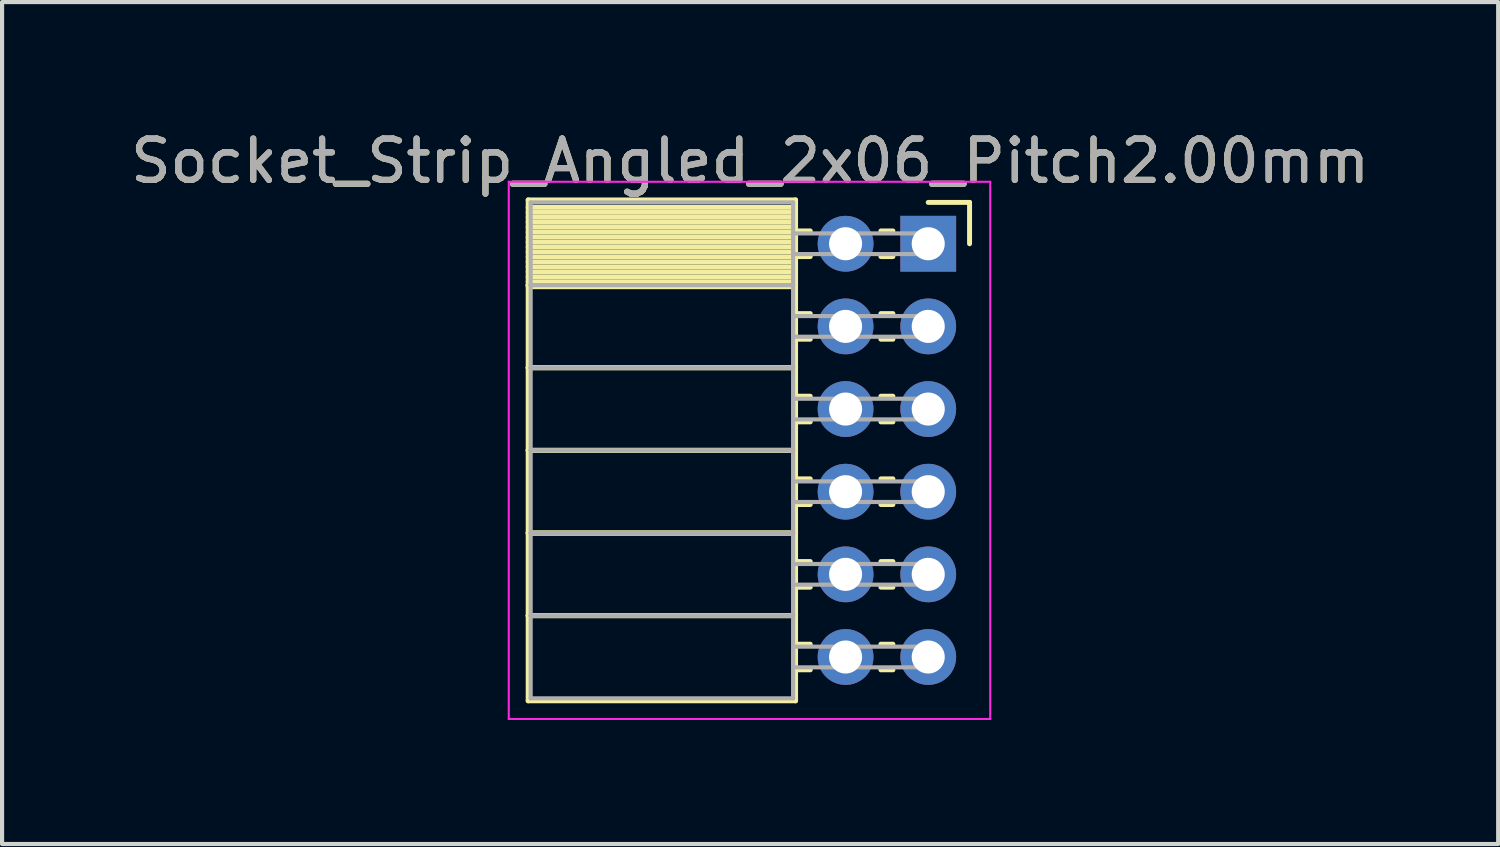
<source format=kicad_pcb>
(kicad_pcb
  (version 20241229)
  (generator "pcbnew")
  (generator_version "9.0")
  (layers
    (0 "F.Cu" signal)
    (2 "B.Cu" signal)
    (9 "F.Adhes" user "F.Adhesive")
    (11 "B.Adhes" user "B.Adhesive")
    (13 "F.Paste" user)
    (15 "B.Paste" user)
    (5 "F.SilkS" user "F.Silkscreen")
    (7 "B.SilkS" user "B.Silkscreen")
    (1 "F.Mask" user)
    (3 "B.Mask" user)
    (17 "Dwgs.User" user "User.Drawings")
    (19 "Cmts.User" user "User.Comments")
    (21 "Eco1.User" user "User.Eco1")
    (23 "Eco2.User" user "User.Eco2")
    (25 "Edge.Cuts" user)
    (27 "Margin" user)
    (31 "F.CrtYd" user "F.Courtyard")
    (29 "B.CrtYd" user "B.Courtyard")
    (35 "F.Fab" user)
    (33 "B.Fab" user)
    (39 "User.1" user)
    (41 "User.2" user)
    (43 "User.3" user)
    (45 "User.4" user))
  (footprint "Socket_Strip_Angled_2x06_Pitch2.00mm"
    (layer "F.Cu")
    (at 19.411 2.848)
    (property "Reference" "Socket_Strip_Angled_2x06_Pitch2.00mm" (at -4.31 -2 0) (layer "F.SilkS") (effects (font (size 1 1) (thickness 0.15))))
    (attr through_hole)
    (fp_line (start -9.68 -1.06) (end -3.21 -1.06) (stroke (width 0.12) (type solid)) (layer "F.SilkS"))
    (fp_line (start -9.68 1) (end -9.68 -1.06) (stroke (width 0.12) (type solid)) (layer "F.SilkS"))
    (fp_line (start -9.68 1) (end -3.21 1) (stroke (width 0.12) (type solid)) (layer "F.SilkS"))
    (fp_line (start -9.68 3) (end -9.68 1) (stroke (width 0.12) (type solid)) (layer "F.SilkS"))
    (fp_line (start -9.68 3) (end -3.21 3) (stroke (width 0.12) (type solid)) (layer "F.SilkS"))
    (fp_line (start -9.68 5) (end -9.68 3) (stroke (width 0.12) (type solid)) (layer "F.SilkS"))
    (fp_line (start -9.68 5) (end -3.21 5) (stroke (width 0.12) (type solid)) (layer "F.SilkS"))
    (fp_line (start -9.68 7) (end -9.68 5) (stroke (width 0.12) (type solid)) (layer "F.SilkS"))
    (fp_line (start -9.68 7) (end -3.21 7) (stroke (width 0.12) (type solid)) (layer "F.SilkS"))
    (fp_line (start -9.68 9) (end -9.68 7) (stroke (width 0.12) (type solid)) (layer "F.SilkS"))
    (fp_line (start -9.68 9) (end -3.21 9) (stroke (width 0.12) (type solid)) (layer "F.SilkS"))
    (fp_line (start -9.68 11.06) (end -9.68 9) (stroke (width 0.12) (type solid)) (layer "F.SilkS"))
    (fp_line (start -3.21 -1.06) (end -3.21 1) (stroke (width 0.12) (type solid)) (layer "F.SilkS"))
    (fp_line (start -3.21 -0.88) (end -9.68 -0.88) (stroke (width 0.12) (type solid)) (layer "F.SilkS"))
    (fp_line (start -3.21 -0.76) (end -9.68 -0.76) (stroke (width 0.12) (type solid)) (layer "F.SilkS"))
    (fp_line (start -3.21 -0.64) (end -9.68 -0.64) (stroke (width 0.12) (type solid)) (layer "F.SilkS"))
    (fp_line (start -3.21 -0.52) (end -9.68 -0.52) (stroke (width 0.12) (type solid)) (layer "F.SilkS"))
    (fp_line (start -3.21 -0.4) (end -9.68 -0.4) (stroke (width 0.12) (type solid)) (layer "F.SilkS"))
    (fp_line (start -3.21 -0.28) (end -9.68 -0.28) (stroke (width 0.12) (type solid)) (layer "F.SilkS"))
    (fp_line (start -3.21 -0.16) (end -9.68 -0.16) (stroke (width 0.12) (type solid)) (layer "F.SilkS"))
    (fp_line (start -3.21 -0.04) (end -9.68 -0.04) (stroke (width 0.12) (type solid)) (layer "F.SilkS"))
    (fp_line (start -3.21 0.08) (end -9.68 0.08) (stroke (width 0.12) (type solid)) (layer "F.SilkS"))
    (fp_line (start -3.21 0.2) (end -9.68 0.2) (stroke (width 0.12) (type solid)) (layer "F.SilkS"))
    (fp_line (start -3.21 0.32) (end -9.68 0.32) (stroke (width 0.12) (type solid)) (layer "F.SilkS"))
    (fp_line (start -3.21 0.44) (end -9.68 0.44) (stroke (width 0.12) (type solid)) (layer "F.SilkS"))
    (fp_line (start -3.21 0.56) (end -9.68 0.56) (stroke (width 0.12) (type solid)) (layer "F.SilkS"))
    (fp_line (start -3.21 0.68) (end -9.68 0.68) (stroke (width 0.12) (type solid)) (layer "F.SilkS"))
    (fp_line (start -3.21 0.8) (end -9.68 0.8) (stroke (width 0.12) (type solid)) (layer "F.SilkS"))
    (fp_line (start -3.21 0.92) (end -9.68 0.92) (stroke (width 0.12) (type solid)) (layer "F.SilkS"))
    (fp_line (start -3.21 1) (end -9.68 1) (stroke (width 0.12) (type solid)) (layer "F.SilkS"))
    (fp_line (start -3.21 1) (end -3.21 3) (stroke (width 0.12) (type solid)) (layer "F.SilkS"))
    (fp_line (start -3.21 1.04) (end -9.68 1.04) (stroke (width 0.12) (type solid)) (layer "F.SilkS"))
    (fp_line (start -3.21 3) (end -9.68 3) (stroke (width 0.12) (type solid)) (layer "F.SilkS"))
    (fp_line (start -3.21 3) (end -3.21 5) (stroke (width 0.12) (type solid)) (layer "F.SilkS"))
    (fp_line (start -3.21 5) (end -9.68 5) (stroke (width 0.12) (type solid)) (layer "F.SilkS"))
    (fp_line (start -3.21 5) (end -3.21 7) (stroke (width 0.12) (type solid)) (layer "F.SilkS"))
    (fp_line (start -3.21 7) (end -9.68 7) (stroke (width 0.12) (type solid)) (layer "F.SilkS"))
    (fp_line (start -3.21 7) (end -3.21 9) (stroke (width 0.12) (type solid)) (layer "F.SilkS"))
    (fp_line (start -3.21 9) (end -9.68 9) (stroke (width 0.12) (type solid)) (layer "F.SilkS"))
    (fp_line (start -3.21 9) (end -3.21 11.06) (stroke (width 0.12) (type solid)) (layer "F.SilkS"))
    (fp_line (start -3.21 11.06) (end -9.68 11.06) (stroke (width 0.12) (type solid)) (layer "F.SilkS"))
    (fp_line (start -2.855 -0.31) (end -3.21 -0.31) (stroke (width 0.12) (type solid)) (layer "F.SilkS"))
    (fp_line (start -2.855 0.31) (end -3.21 0.31) (stroke (width 0.12) (type solid)) (layer "F.SilkS"))
    (fp_line (start -2.855 1.69) (end -3.21 1.69) (stroke (width 0.12) (type solid)) (layer "F.SilkS"))
    (fp_line (start -2.855 2.31) (end -3.21 2.31) (stroke (width 0.12) (type solid)) (layer "F.SilkS"))
    (fp_line (start -2.855 3.69) (end -3.21 3.69) (stroke (width 0.12) (type solid)) (layer "F.SilkS"))
    (fp_line (start -2.855 4.31) (end -3.21 4.31) (stroke (width 0.12) (type solid)) (layer "F.SilkS"))
    (fp_line (start -2.855 5.69) (end -3.21 5.69) (stroke (width 0.12) (type solid)) (layer "F.SilkS"))
    (fp_line (start -2.855 6.31) (end -3.21 6.31) (stroke (width 0.12) (type solid)) (layer "F.SilkS"))
    (fp_line (start -2.855 7.69) (end -3.21 7.69) (stroke (width 0.12) (type solid)) (layer "F.SilkS"))
    (fp_line (start -2.855 8.31) (end -3.21 8.31) (stroke (width 0.12) (type solid)) (layer "F.SilkS"))
    (fp_line (start -2.855 9.69) (end -3.21 9.69) (stroke (width 0.12) (type solid)) (layer "F.SilkS"))
    (fp_line (start -2.855 10.31) (end -3.21 10.31) (stroke (width 0.12) (type solid)) (layer "F.SilkS"))
    (fp_line (start -0.855 -0.31) (end -1.145 -0.31) (stroke (width 0.12) (type solid)) (layer "F.SilkS"))
    (fp_line (start -0.855 0.31) (end -1.145 0.31) (stroke (width 0.12) (type solid)) (layer "F.SilkS"))
    (fp_line (start -0.855 1.69) (end -1.145 1.69) (stroke (width 0.12) (type solid)) (layer "F.SilkS"))
    (fp_line (start -0.855 2.31) (end -1.145 2.31) (stroke (width 0.12) (type solid)) (layer "F.SilkS"))
    (fp_line (start -0.855 3.69) (end -1.145 3.69) (stroke (width 0.12) (type solid)) (layer "F.SilkS"))
    (fp_line (start -0.855 4.31) (end -1.145 4.31) (stroke (width 0.12) (type solid)) (layer "F.SilkS"))
    (fp_line (start -0.855 5.69) (end -1.145 5.69) (stroke (width 0.12) (type solid)) (layer "F.SilkS"))
    (fp_line (start -0.855 6.31) (end -1.145 6.31) (stroke (width 0.12) (type solid)) (layer "F.SilkS"))
    (fp_line (start -0.855 7.69) (end -1.145 7.69) (stroke (width 0.12) (type solid)) (layer "F.SilkS"))
    (fp_line (start -0.855 8.31) (end -1.145 8.31) (stroke (width 0.12) (type solid)) (layer "F.SilkS"))
    (fp_line (start -0.855 9.69) (end -1.145 9.69) (stroke (width 0.12) (type solid)) (layer "F.SilkS"))
    (fp_line (start -0.855 10.31) (end -1.145 10.31) (stroke (width 0.12) (type solid)) (layer "F.SilkS"))
    (fp_line (start 0 -1) (end 1 -1) (stroke (width 0.12) (type solid)) (layer "F.SilkS"))
    (fp_line (start 1 -1) (end 1 0) (stroke (width 0.12) (type solid)) (layer "F.SilkS"))
    (fp_line (start -10.15 -1.5) (end 1.5 -1.5) (stroke (width 0.05) (type solid)) (layer "F.CrtYd"))
    (fp_line (start -10.15 11.5) (end -10.15 -1.5) (stroke (width 0.05) (type solid)) (layer "F.CrtYd"))
    (fp_line (start 1.5 -1.5) (end 1.5 11.5) (stroke (width 0.05) (type solid)) (layer "F.CrtYd"))
    (fp_line (start 1.5 11.5) (end -10.15 11.5) (stroke (width 0.05) (type solid)) (layer "F.CrtYd"))
    (fp_line (start -9.62 -1) (end -3.27 -1) (stroke (width 0.1) (type solid)) (layer "F.Fab"))
    (fp_line (start -9.62 1) (end -9.62 -1) (stroke (width 0.1) (type solid)) (layer "F.Fab"))
    (fp_line (start -9.62 1) (end -3.27 1) (stroke (width 0.1) (type solid)) (layer "F.Fab"))
    (fp_line (start -9.62 3) (end -9.62 1) (stroke (width 0.1) (type solid)) (layer "F.Fab"))
    (fp_line (start -9.62 3) (end -3.27 3) (stroke (width 0.1) (type solid)) (layer "F.Fab"))
    (fp_line (start -9.62 5) (end -9.62 3) (stroke (width 0.1) (type solid)) (layer "F.Fab"))
    (fp_line (start -9.62 5) (end -3.27 5) (stroke (width 0.1) (type solid)) (layer "F.Fab"))
    (fp_line (start -9.62 7) (end -9.62 5) (stroke (width 0.1) (type solid)) (layer "F.Fab"))
    (fp_line (start -9.62 7) (end -3.27 7) (stroke (width 0.1) (type solid)) (layer "F.Fab"))
    (fp_line (start -9.62 9) (end -9.62 7) (stroke (width 0.1) (type solid)) (layer "F.Fab"))
    (fp_line (start -9.62 9) (end -3.27 9) (stroke (width 0.1) (type solid)) (layer "F.Fab"))
    (fp_line (start -9.62 11) (end -9.62 9) (stroke (width 0.1) (type solid)) (layer "F.Fab"))
    (fp_line (start -3.27 -1) (end -3.27 1) (stroke (width 0.1) (type solid)) (layer "F.Fab"))
    (fp_line (start -3.27 -0.25) (end 0 -0.25) (stroke (width 0.1) (type solid)) (layer "F.Fab"))
    (fp_line (start -3.27 0.25) (end -3.27 -0.25) (stroke (width 0.1) (type solid)) (layer "F.Fab"))
    (fp_line (start -3.27 1) (end -9.62 1) (stroke (width 0.1) (type solid)) (layer "F.Fab"))
    (fp_line (start -3.27 1) (end -3.27 3) (stroke (width 0.1) (type solid)) (layer "F.Fab"))
    (fp_line (start -3.27 1.75) (end 0 1.75) (stroke (width 0.1) (type solid)) (layer "F.Fab"))
    (fp_line (start -3.27 2.25) (end -3.27 1.75) (stroke (width 0.1) (type solid)) (layer "F.Fab"))
    (fp_line (start -3.27 3) (end -9.62 3) (stroke (width 0.1) (type solid)) (layer "F.Fab"))
    (fp_line (start -3.27 3) (end -3.27 5) (stroke (width 0.1) (type solid)) (layer "F.Fab"))
    (fp_line (start -3.27 3.75) (end 0 3.75) (stroke (width 0.1) (type solid)) (layer "F.Fab"))
    (fp_line (start -3.27 4.25) (end -3.27 3.75) (stroke (width 0.1) (type solid)) (layer "F.Fab"))
    (fp_line (start -3.27 5) (end -9.62 5) (stroke (width 0.1) (type solid)) (layer "F.Fab"))
    (fp_line (start -3.27 5) (end -3.27 7) (stroke (width 0.1) (type solid)) (layer "F.Fab"))
    (fp_line (start -3.27 5.75) (end 0 5.75) (stroke (width 0.1) (type solid)) (layer "F.Fab"))
    (fp_line (start -3.27 6.25) (end -3.27 5.75) (stroke (width 0.1) (type solid)) (layer "F.Fab"))
    (fp_line (start -3.27 7) (end -9.62 7) (stroke (width 0.1) (type solid)) (layer "F.Fab"))
    (fp_line (start -3.27 7) (end -3.27 9) (stroke (width 0.1) (type solid)) (layer "F.Fab"))
    (fp_line (start -3.27 7.75) (end 0 7.75) (stroke (width 0.1) (type solid)) (layer "F.Fab"))
    (fp_line (start -3.27 8.25) (end -3.27 7.75) (stroke (width 0.1) (type solid)) (layer "F.Fab"))
    (fp_line (start -3.27 9) (end -9.62 9) (stroke (width 0.1) (type solid)) (layer "F.Fab"))
    (fp_line (start -3.27 9) (end -3.27 11) (stroke (width 0.1) (type solid)) (layer "F.Fab"))
    (fp_line (start -3.27 9.75) (end 0 9.75) (stroke (width 0.1) (type solid)) (layer "F.Fab"))
    (fp_line (start -3.27 10.25) (end -3.27 9.75) (stroke (width 0.1) (type solid)) (layer "F.Fab"))
    (fp_line (start -3.27 11) (end -9.62 11) (stroke (width 0.1) (type solid)) (layer "F.Fab"))
    (fp_line (start 0 -0.25) (end 0 0.25) (stroke (width 0.1) (type solid)) (layer "F.Fab"))
    (fp_line (start 0 0.25) (end -3.27 0.25) (stroke (width 0.1) (type solid)) (layer "F.Fab"))
    (fp_line (start 0 1.75) (end 0 2.25) (stroke (width 0.1) (type solid)) (layer "F.Fab"))
    (fp_line (start 0 2.25) (end -3.27 2.25) (stroke (width 0.1) (type solid)) (layer "F.Fab"))
    (fp_line (start 0 3.75) (end 0 4.25) (stroke (width 0.1) (type solid)) (layer "F.Fab"))
    (fp_line (start 0 4.25) (end -3.27 4.25) (stroke (width 0.1) (type solid)) (layer "F.Fab"))
    (fp_line (start 0 5.75) (end 0 6.25) (stroke (width 0.1) (type solid)) (layer "F.Fab"))
    (fp_line (start 0 6.25) (end -3.27 6.25) (stroke (width 0.1) (type solid)) (layer "F.Fab"))
    (fp_line (start 0 7.75) (end 0 8.25) (stroke (width 0.1) (type solid)) (layer "F.Fab"))
    (fp_line (start 0 8.25) (end -3.27 8.25) (stroke (width 0.1) (type solid)) (layer "F.Fab"))
    (fp_line (start 0 9.75) (end 0 10.25) (stroke (width 0.1) (type solid)) (layer "F.Fab"))
    (fp_line (start 0 10.25) (end -3.27 10.25) (stroke (width 0.1) (type solid)) (layer "F.Fab"))
    (fp_text user "${REFERENCE}" (at -4.31 -2 0) (layer "F.Fab") (effects (font (size 1 1) (thickness 0.15))))
    (pad "1" thru_hole rect (at 0 0) (size 1.35 1.35) (drill 0.8) (layers "*.Cu" "*.Mask"))
    (pad "2" thru_hole oval (at -2 0) (size 1.35 1.35) (drill 0.8) (layers "*.Cu" "*.Mask"))
    (pad "3" thru_hole oval (at 0 2) (size 1.35 1.35) (drill 0.8) (layers "*.Cu" "*.Mask"))
    (pad "4" thru_hole oval (at -2 2) (size 1.35 1.35) (drill 0.8) (layers "*.Cu" "*.Mask"))
    (pad "5" thru_hole oval (at 0 4) (size 1.35 1.35) (drill 0.8) (layers "*.Cu" "*.Mask"))
    (pad "6" thru_hole oval (at -2 4) (size 1.35 1.35) (drill 0.8) (layers "*.Cu" "*.Mask"))
    (pad "7" thru_hole oval (at 0 6) (size 1.35 1.35) (drill 0.8) (layers "*.Cu" "*.Mask"))
    (pad "8" thru_hole oval (at -2 6) (size 1.35 1.35) (drill 0.8) (layers "*.Cu" "*.Mask"))
    (pad "9" thru_hole oval (at 0 8) (size 1.35 1.35) (drill 0.8) (layers "*.Cu" "*.Mask"))
    (pad "10" thru_hole oval (at -2 8) (size 1.35 1.35) (drill 0.8) (layers "*.Cu" "*.Mask"))
    (pad "11" thru_hole oval (at 0 10) (size 1.35 1.35) (drill 0.8) (layers "*.Cu" "*.Mask"))
    (pad "12" thru_hole oval (at -2 10) (size 1.35 1.35) (drill 0.8) (layers "*.Cu" "*.Mask")))
  (gr_rect
    (start -3 -3)
    (end 33.202 17.373)
    (stroke (width 0.1) (type default))
    (fill no)
    (layer "Edge.Cuts")))
</source>
